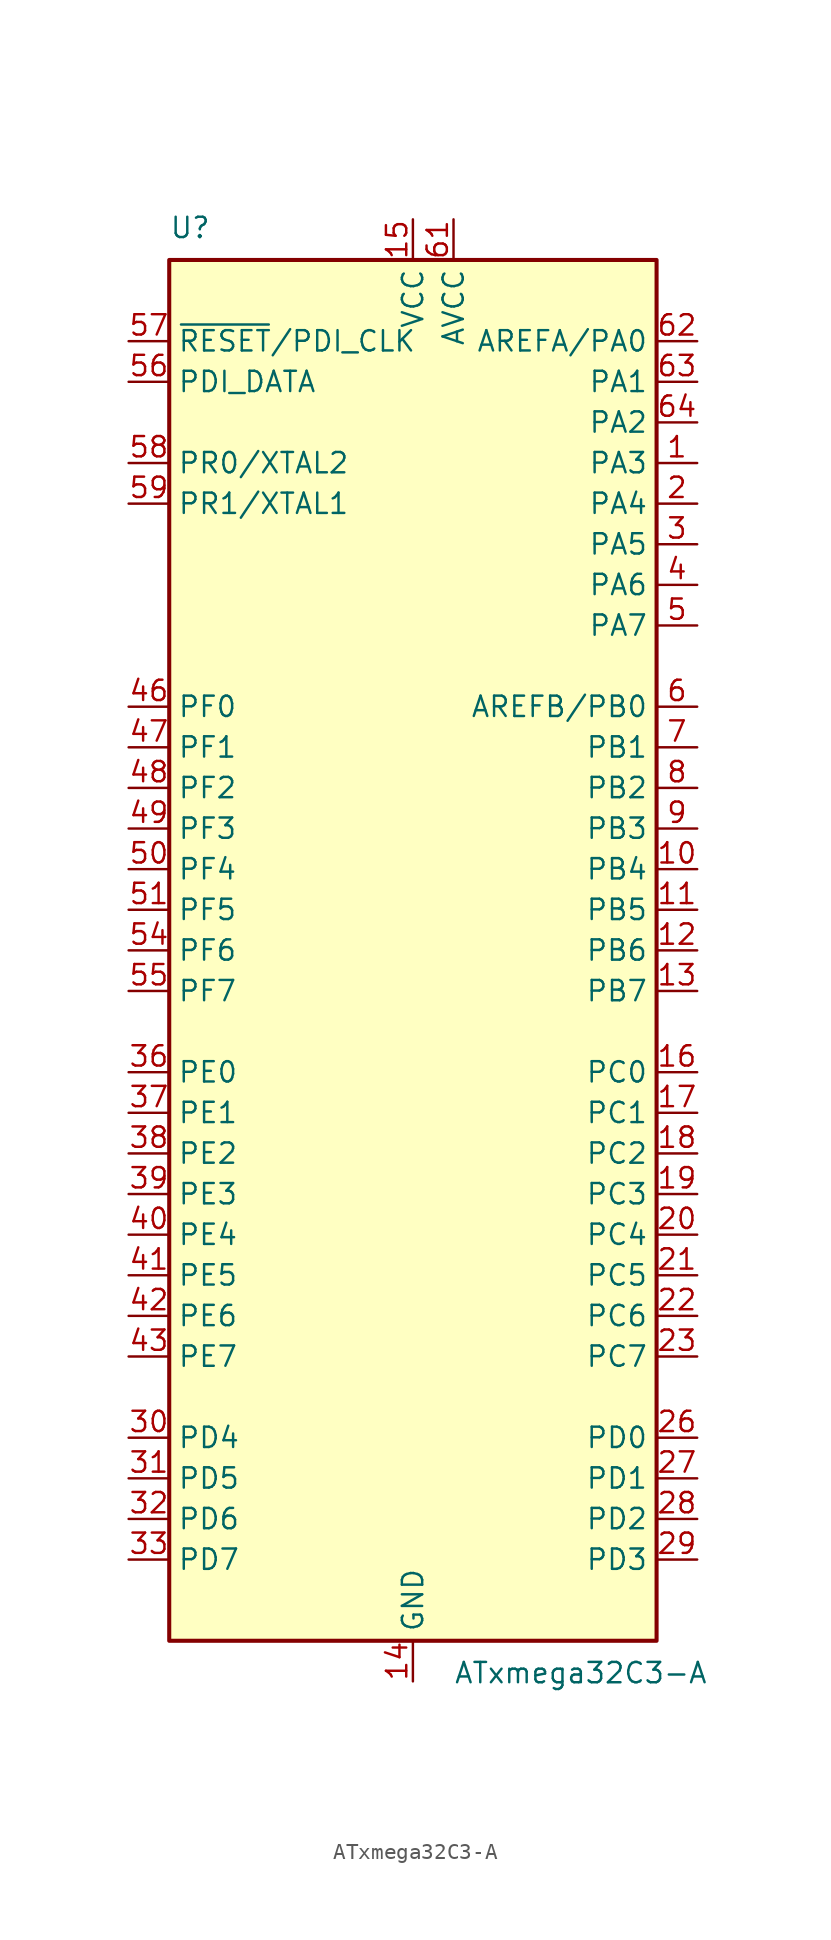
<source format=kicad_sym>
(kicad_symbol_lib
  (version 20231120)
  (generator "kicad_symbol_editor")
  (generator_version "8.0")
  (symbol "ATxmega32C3-A"
    (property "Reference" "U"
      (at -15.24 44.45 0)
      (effects (font (size 1.27 1.27)) (justify left bottom)))
    (property "Value" "ATxmega32C3-A"
      (at 2.54 -44.45 0)
      (effects (font (size 1.27 1.27)) (justify left top)))
    (symbol "ATxmega32C3-A_0_1"
      (rectangle (start -15.24 -43.18) (end 15.24 43.18) (stroke (width 0.254) (type default)) (fill (type background))))
    (symbol "ATxmega32C3-A_1_1"
      (pin bidirectional line (at 17.78 30.48 180) (length 2.54) (name "PA3" (effects (font (size 1.27 1.27)))) (number "1" (effects (font (size 1.27 1.27)))))
      (pin bidirectional line (at 17.78 5.08 180) (length 2.54) (name "PB4" (effects (font (size 1.27 1.27)))) (number "10" (effects (font (size 1.27 1.27)))))
      (pin bidirectional line (at 17.78 2.54 180) (length 2.54) (name "PB5" (effects (font (size 1.27 1.27)))) (number "11" (effects (font (size 1.27 1.27)))))
      (pin bidirectional line (at 17.78 0 180) (length 2.54) (name "PB6" (effects (font (size 1.27 1.27)))) (number "12" (effects (font (size 1.27 1.27)))))
      (pin bidirectional line (at 17.78 -2.54 180) (length 2.54) (name "PB7" (effects (font (size 1.27 1.27)))) (number "13" (effects (font (size 1.27 1.27)))))
      (pin power_in line (at 0 -45.72 90) (length 2.54) (name "GND" (effects (font (size 1.27 1.27)))) (number "14" (effects (font (size 1.27 1.27)))))
      (pin power_in line (at 0 45.72 270) (length 2.54) (name "VCC" (effects (font (size 1.27 1.27)))) (number "15" (effects (font (size 1.27 1.27)))))
      (pin bidirectional line (at 17.78 -7.62 180) (length 2.54) (name "PC0" (effects (font (size 1.27 1.27)))) (number "16" (effects (font (size 1.27 1.27)))))
      (pin bidirectional line (at 17.78 -10.16 180) (length 2.54) (name "PC1" (effects (font (size 1.27 1.27)))) (number "17" (effects (font (size 1.27 1.27)))))
      (pin bidirectional line (at 17.78 -12.7 180) (length 2.54) (name "PC2" (effects (font (size 1.27 1.27)))) (number "18" (effects (font (size 1.27 1.27)))))
      (pin bidirectional line (at 17.78 -15.24 180) (length 2.54) (name "PC3" (effects (font (size 1.27 1.27)))) (number "19" (effects (font (size 1.27 1.27)))))
      (pin bidirectional line (at 17.78 27.94 180) (length 2.54) (name "PA4" (effects (font (size 1.27 1.27)))) (number "2" (effects (font (size 1.27 1.27)))))
      (pin bidirectional line (at 17.78 -17.78 180) (length 2.54) (name "PC4" (effects (font (size 1.27 1.27)))) (number "20" (effects (font (size 1.27 1.27)))))
      (pin bidirectional line (at 17.78 -20.32 180) (length 2.54) (name "PC5" (effects (font (size 1.27 1.27)))) (number "21" (effects (font (size 1.27 1.27)))))
      (pin bidirectional line (at 17.78 -22.86 180) (length 2.54) (name "PC6" (effects (font (size 1.27 1.27)))) (number "22" (effects (font (size 1.27 1.27)))))
      (pin bidirectional line (at 17.78 -25.4 180) (length 2.54) (name "PC7" (effects (font (size 1.27 1.27)))) (number "23" (effects (font (size 1.27 1.27)))))
      (pin passive line (at 0 -45.72 90) (length 2.54) hide (name "GND" (effects (font (size 1.27 1.27)))) (number "24" (effects (font (size 1.27 1.27)))))
      (pin passive line (at 0 45.72 270) (length 2.54) hide (name "VCC" (effects (font (size 1.27 1.27)))) (number "25" (effects (font (size 1.27 1.27)))))
      (pin bidirectional line (at 17.78 -30.48 180) (length 2.54) (name "PD0" (effects (font (size 1.27 1.27)))) (number "26" (effects (font (size 1.27 1.27)))))
      (pin bidirectional line (at 17.78 -33.02 180) (length 2.54) (name "PD1" (effects (font (size 1.27 1.27)))) (number "27" (effects (font (size 1.27 1.27)))))
      (pin bidirectional line (at 17.78 -35.56 180) (length 2.54) (name "PD2" (effects (font (size 1.27 1.27)))) (number "28" (effects (font (size 1.27 1.27)))))
      (pin bidirectional line (at 17.78 -38.1 180) (length 2.54) (name "PD3" (effects (font (size 1.27 1.27)))) (number "29" (effects (font (size 1.27 1.27)))))
      (pin bidirectional line (at 17.78 25.4 180) (length 2.54) (name "PA5" (effects (font (size 1.27 1.27)))) (number "3" (effects (font (size 1.27 1.27)))))
      (pin bidirectional line (at -17.78 -30.48 0) (length 2.54) (name "PD4" (effects (font (size 1.27 1.27)))) (number "30" (effects (font (size 1.27 1.27)))))
      (pin bidirectional line (at -17.78 -33.02 0) (length 2.54) (name "PD5" (effects (font (size 1.27 1.27)))) (number "31" (effects (font (size 1.27 1.27)))))
      (pin bidirectional line (at -17.78 -35.56 0) (length 2.54) (name "PD6" (effects (font (size 1.27 1.27)))) (number "32" (effects (font (size 1.27 1.27)))))
      (pin bidirectional line (at -17.78 -38.1 0) (length 2.54) (name "PD7" (effects (font (size 1.27 1.27)))) (number "33" (effects (font (size 1.27 1.27)))))
      (pin passive line (at 0 -45.72 90) (length 2.54) hide (name "GND" (effects (font (size 1.27 1.27)))) (number "34" (effects (font (size 1.27 1.27)))))
      (pin passive line (at 0 45.72 270) (length 2.54) hide (name "VCC" (effects (font (size 1.27 1.27)))) (number "35" (effects (font (size 1.27 1.27)))))
      (pin bidirectional line (at -17.78 -7.62 0) (length 2.54) (name "PE0" (effects (font (size 1.27 1.27)))) (number "36" (effects (font (size 1.27 1.27)))))
      (pin bidirectional line (at -17.78 -10.16 0) (length 2.54) (name "PE1" (effects (font (size 1.27 1.27)))) (number "37" (effects (font (size 1.27 1.27)))))
      (pin bidirectional line (at -17.78 -12.7 0) (length 2.54) (name "PE2" (effects (font (size 1.27 1.27)))) (number "38" (effects (font (size 1.27 1.27)))))
      (pin bidirectional line (at -17.78 -15.24 0) (length 2.54) (name "PE3" (effects (font (size 1.27 1.27)))) (number "39" (effects (font (size 1.27 1.27)))))
      (pin bidirectional line (at 17.78 22.86 180) (length 2.54) (name "PA6" (effects (font (size 1.27 1.27)))) (number "4" (effects (font (size 1.27 1.27)))))
      (pin bidirectional line (at -17.78 -17.78 0) (length 2.54) (name "PE4" (effects (font (size 1.27 1.27)))) (number "40" (effects (font (size 1.27 1.27)))))
      (pin bidirectional line (at -17.78 -20.32 0) (length 2.54) (name "PE5" (effects (font (size 1.27 1.27)))) (number "41" (effects (font (size 1.27 1.27)))))
      (pin bidirectional line (at -17.78 -22.86 0) (length 2.54) (name "PE6" (effects (font (size 1.27 1.27)))) (number "42" (effects (font (size 1.27 1.27)))))
      (pin bidirectional line (at -17.78 -25.4 0) (length 2.54) (name "PE7" (effects (font (size 1.27 1.27)))) (number "43" (effects (font (size 1.27 1.27)))))
      (pin passive line (at 0 -45.72 90) (length 2.54) hide (name "GND" (effects (font (size 1.27 1.27)))) (number "44" (effects (font (size 1.27 1.27)))))
      (pin passive line (at 0 45.72 270) (length 2.54) hide (name "VCC" (effects (font (size 1.27 1.27)))) (number "45" (effects (font (size 1.27 1.27)))))
      (pin bidirectional line (at -17.78 15.24 0) (length 2.54) (name "PF0" (effects (font (size 1.27 1.27)))) (number "46" (effects (font (size 1.27 1.27)))))
      (pin bidirectional line (at -17.78 12.7 0) (length 2.54) (name "PF1" (effects (font (size 1.27 1.27)))) (number "47" (effects (font (size 1.27 1.27)))))
      (pin bidirectional line (at -17.78 10.16 0) (length 2.54) (name "PF2" (effects (font (size 1.27 1.27)))) (number "48" (effects (font (size 1.27 1.27)))))
      (pin bidirectional line (at -17.78 7.62 0) (length 2.54) (name "PF3" (effects (font (size 1.27 1.27)))) (number "49" (effects (font (size 1.27 1.27)))))
      (pin bidirectional line (at 17.78 20.32 180) (length 2.54) (name "PA7" (effects (font (size 1.27 1.27)))) (number "5" (effects (font (size 1.27 1.27)))))
      (pin bidirectional line (at -17.78 5.08 0) (length 2.54) (name "PF4" (effects (font (size 1.27 1.27)))) (number "50" (effects (font (size 1.27 1.27)))))
      (pin bidirectional line (at -17.78 2.54 0) (length 2.54) (name "PF5" (effects (font (size 1.27 1.27)))) (number "51" (effects (font (size 1.27 1.27)))))
      (pin passive line (at 0 -45.72 90) (length 2.54) hide (name "GND" (effects (font (size 1.27 1.27)))) (number "52" (effects (font (size 1.27 1.27)))))
      (pin passive line (at 0 45.72 270) (length 2.54) hide (name "VCC" (effects (font (size 1.27 1.27)))) (number "53" (effects (font (size 1.27 1.27)))))
      (pin bidirectional line (at -17.78 0 0) (length 2.54) (name "PF6" (effects (font (size 1.27 1.27)))) (number "54" (effects (font (size 1.27 1.27)))))
      (pin bidirectional line (at -17.78 -2.54 0) (length 2.54) (name "PF7" (effects (font (size 1.27 1.27)))) (number "55" (effects (font (size 1.27 1.27)))))
      (pin bidirectional line (at -17.78 35.56 0) (length 2.54) (name "PDI_DATA" (effects (font (size 1.27 1.27)))) (number "56" (effects (font (size 1.27 1.27)))))
      (pin input line (at -17.78 38.1 0) (length 2.54) (name "~{RESET}/PDI_CLK" (effects (font (size 1.27 1.27)))) (number "57" (effects (font (size 1.27 1.27)))))
      (pin bidirectional line (at -17.78 30.48 0) (length 2.54) (name "PR0/XTAL2" (effects (font (size 1.27 1.27)))) (number "58" (effects (font (size 1.27 1.27)))))
      (pin bidirectional line (at -17.78 27.94 0) (length 2.54) (name "PR1/XTAL1" (effects (font (size 1.27 1.27)))) (number "59" (effects (font (size 1.27 1.27)))))
      (pin bidirectional line (at 17.78 15.24 180) (length 2.54) (name "AREFB/PB0" (effects (font (size 1.27 1.27)))) (number "6" (effects (font (size 1.27 1.27)))))
      (pin passive line (at 0 -45.72 90) (length 2.54) hide (name "GND" (effects (font (size 1.27 1.27)))) (number "60" (effects (font (size 1.27 1.27)))))
      (pin power_in line (at 2.54 45.72 270) (length 2.54) (name "AVCC" (effects (font (size 1.27 1.27)))) (number "61" (effects (font (size 1.27 1.27)))))
      (pin bidirectional line (at 17.78 38.1 180) (length 2.54) (name "AREFA/PA0" (effects (font (size 1.27 1.27)))) (number "62" (effects (font (size 1.27 1.27)))))
      (pin bidirectional line (at 17.78 35.56 180) (length 2.54) (name "PA1" (effects (font (size 1.27 1.27)))) (number "63" (effects (font (size 1.27 1.27)))))
      (pin bidirectional line (at 17.78 33.02 180) (length 2.54) (name "PA2" (effects (font (size 1.27 1.27)))) (number "64" (effects (font (size 1.27 1.27)))))
      (pin bidirectional line (at 17.78 12.7 180) (length 2.54) (name "PB1" (effects (font (size 1.27 1.27)))) (number "7" (effects (font (size 1.27 1.27)))))
      (pin bidirectional line (at 17.78 10.16 180) (length 2.54) (name "PB2" (effects (font (size 1.27 1.27)))) (number "8" (effects (font (size 1.27 1.27)))))
      (pin bidirectional line (at 17.78 7.62 180) (length 2.54) (name "PB3" (effects (font (size 1.27 1.27)))) (number "9" (effects (font (size 1.27 1.27))))))))
</source>
